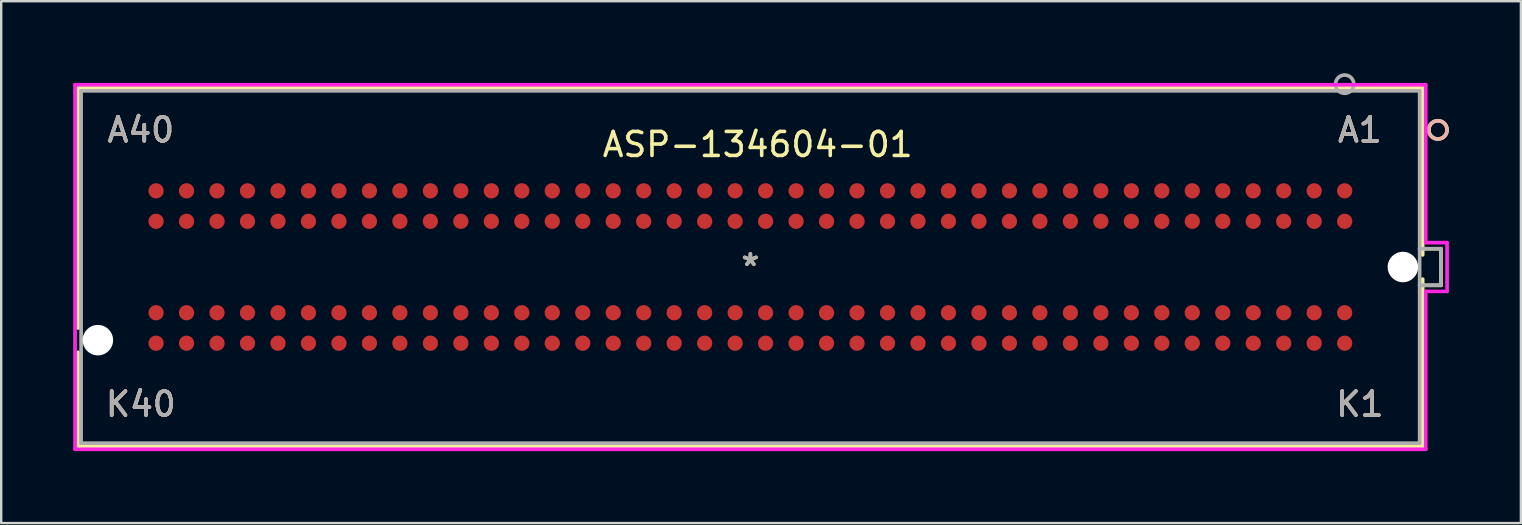
<source format=kicad_pcb>
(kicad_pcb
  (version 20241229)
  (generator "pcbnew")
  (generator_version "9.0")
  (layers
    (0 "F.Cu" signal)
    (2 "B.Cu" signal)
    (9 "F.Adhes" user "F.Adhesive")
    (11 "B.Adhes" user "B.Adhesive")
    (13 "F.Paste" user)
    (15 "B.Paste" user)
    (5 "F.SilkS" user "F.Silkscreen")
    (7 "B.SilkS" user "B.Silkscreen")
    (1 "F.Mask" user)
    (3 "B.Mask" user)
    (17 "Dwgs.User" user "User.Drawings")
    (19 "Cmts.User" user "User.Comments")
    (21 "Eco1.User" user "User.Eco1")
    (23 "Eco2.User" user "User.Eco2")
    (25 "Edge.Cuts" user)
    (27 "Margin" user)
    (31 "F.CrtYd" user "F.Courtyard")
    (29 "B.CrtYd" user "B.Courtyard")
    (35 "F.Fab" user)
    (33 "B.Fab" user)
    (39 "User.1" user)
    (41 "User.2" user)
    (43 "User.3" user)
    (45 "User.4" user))
  (footprint "ASP-134604-01"
    (layer "F.Cu")
    (at 28.219 8.077)
    (property "Reference" "ASP-134604-01" (at 0.305 -5.105 0) (layer "F.SilkS") (effects (font (size 1 1) (thickness 0.15))))
    (attr through_hole)
    (fp_line (start -28.016 -7.468) (end -28.016 2.543) (stroke (width 0.152) (type solid)) (layer "F.SilkS"))
    (fp_line (start -28.016 3.553) (end -28.016 7.468) (stroke (width 0.152) (type solid)) (layer "F.SilkS"))
    (fp_line (start -28.016 7.468) (end 28.016 7.468) (stroke (width 0.152) (type solid)) (layer "F.SilkS"))
    (fp_line (start 27.889 0.762) (end 28.778 0.762) (stroke (width 0.152) (type solid)) (layer "F.SilkS"))
    (fp_line (start 28.016 -7.468) (end -28.016 -7.468) (stroke (width 0.152) (type solid)) (layer "F.SilkS"))
    (fp_line (start 28.016 -0.505) (end 28.016 -7.468) (stroke (width 0.152) (type solid)) (layer "F.SilkS"))
    (fp_line (start 28.016 7.468) (end 28.016 0.505) (stroke (width 0.152) (type solid)) (layer "F.SilkS"))
    (fp_line (start 28.778 -0.762) (end 27.889 -0.762) (stroke (width 0.152) (type solid)) (layer "F.SilkS"))
    (fp_line (start 28.778 0.762) (end 28.778 -0.762) (stroke (width 0.152) (type solid)) (layer "F.SilkS"))
    (fp_circle (center 28.651 -5.715) (end 29.032 -5.715) (stroke (width 0.152) (type solid)) (fill no) (layer "F.SilkS"))
    (fp_circle (center 28.651 -5.715) (end 29.032 -5.715) (stroke (width 0.152) (type solid)) (fill no) (layer "B.SilkS"))
    (fp_line (start -28.143 -7.595) (end -28.143 7.595) (stroke (width 0.152) (type solid)) (layer "F.CrtYd"))
    (fp_line (start -28.143 7.595) (end 28.143 7.595) (stroke (width 0.152) (type solid)) (layer "F.CrtYd"))
    (fp_line (start 28.143 -7.595) (end -28.143 -7.595) (stroke (width 0.152) (type solid)) (layer "F.CrtYd"))
    (fp_line (start 28.143 -1.016) (end 28.143 -7.595) (stroke (width 0.152) (type solid)) (layer "F.CrtYd"))
    (fp_line (start 28.143 1.016) (end 29.032 1.016) (stroke (width 0.152) (type solid)) (layer "F.CrtYd"))
    (fp_line (start 28.143 7.595) (end 28.143 1.016) (stroke (width 0.152) (type solid)) (layer "F.CrtYd"))
    (fp_line (start 29.032 -1.016) (end 28.143 -1.016) (stroke (width 0.152) (type solid)) (layer "F.CrtYd"))
    (fp_line (start 29.032 1.016) (end 29.032 -1.016) (stroke (width 0.152) (type solid)) (layer "F.CrtYd"))
    (fp_line (start -27.889 -7.341) (end -27.889 7.341) (stroke (width 0.152) (type solid)) (layer "F.Fab"))
    (fp_line (start -27.889 7.341) (end 27.889 7.341) (stroke (width 0.152) (type solid)) (layer "F.Fab"))
    (fp_line (start 27.889 -7.341) (end -27.889 -7.341) (stroke (width 0.152) (type solid)) (layer "F.Fab"))
    (fp_line (start 27.889 0.762) (end 28.778 0.762) (stroke (width 0.152) (type solid)) (layer "F.Fab"))
    (fp_line (start 27.889 7.341) (end 27.889 -7.341) (stroke (width 0.152) (type solid)) (layer "F.Fab"))
    (fp_line (start 28.778 -0.762) (end 27.889 -0.762) (stroke (width 0.152) (type solid)) (layer "F.Fab"))
    (fp_line (start 28.778 0.762) (end 28.778 -0.762) (stroke (width 0.152) (type solid)) (layer "F.Fab"))
    (fp_circle (center 24.765 -7.62) (end 25.146 -7.62) (stroke (width 0.152) (type solid)) (fill no) (layer "F.Fab"))
    (fp_text user "K40" (at -25.4 5.715 0) (layer "F.SilkS") (effects (font (size 1 1) (thickness 0.15))))
    (fp_text user "K1" (at 25.4 5.715 0) (layer "F.SilkS") (effects (font (size 1 1) (thickness 0.15))))
    (fp_text user "*" (at 0 0 0) (layer "F.SilkS") (effects (font (size 1 1) (thickness 0.15))))
    (fp_text user "A40" (at -25.4 -5.715 0) (layer "F.SilkS") (effects (font (size 1 1) (thickness 0.15))))
    (fp_text user "A1" (at 25.4 -5.715 0) (layer "F.SilkS") (effects (font (size 1 1) (thickness 0.15))))
    (fp_text user "K1" (at 25.4 5.715 0) (layer "B.SilkS") (effects (font (size 1 1) (thickness 0.15))))
    (fp_text user "A1" (at 25.4 -5.715 0) (layer "B.SilkS") (effects (font (size 1 1) (thickness 0.15))))
    (fp_text user "K40" (at -25.4 5.715 0) (layer "B.SilkS") (effects (font (size 1 1) (thickness 0.15))))
    (fp_text user "A40" (at -25.4 -5.715 0) (layer "B.SilkS") (effects (font (size 1 1) (thickness 0.15))))
    (fp_text user "Copyright 2016 Accelerated Designs. All rights reserved." (at 0 0 0) (layer "Cmts.User") (effects (font (size 0.127 0.127) (thickness 0.002))))
    (fp_text user "A1" (at 25.4 -5.715 0) (layer "F.Fab") (effects (font (size 1 1) (thickness 0.15))))
    (fp_text user "K40" (at -25.4 5.715 0) (layer "F.Fab") (effects (font (size 1 1) (thickness 0.15))))
    (fp_text user "*" (at 0 0 0) (layer "F.Fab") (effects (font (size 1 1) (thickness 0.15))))
    (fp_text user "K1" (at 25.4 5.715 0) (layer "F.Fab") (effects (font (size 1 1) (thickness 0.15))))
    (fp_text user "A40" (at -25.4 -5.715 0) (layer "F.Fab") (effects (font (size 1 1) (thickness 0.15))))
    (pad "" np_thru_hole circle (at -27.191 3.048) (size 1.27 1.27) (drill 1.27) (layers "*.Cu" "*.Mask"))
    (pad "" np_thru_hole circle (at 27.191 0) (size 1.27 1.27) (drill 1.27) (layers "*.Cu" "*.Mask"))
    (pad "C1" smd circle (at 24.765 -3.175) (size 0.635 0.635) (layers "F.Cu" "F.Mask" "F.Paste"))
    (pad "C2" smd circle (at 23.495 -3.175) (size 0.635 0.635) (layers "F.Cu" "F.Mask" "F.Paste"))
    (pad "C3" smd circle (at 22.225 -3.175) (size 0.635 0.635) (layers "F.Cu" "F.Mask" "F.Paste"))
    (pad "C4" smd circle (at 20.955 -3.175) (size 0.635 0.635) (layers "F.Cu" "F.Mask" "F.Paste"))
    (pad "C5" smd circle (at 19.685 -3.175) (size 0.635 0.635) (layers "F.Cu" "F.Mask" "F.Paste"))
    (pad "C6" smd circle (at 18.415 -3.175) (size 0.635 0.635) (layers "F.Cu" "F.Mask" "F.Paste"))
    (pad "C7" smd circle (at 17.145 -3.175) (size 0.635 0.635) (layers "F.Cu" "F.Mask" "F.Paste"))
    (pad "C8" smd circle (at 15.875 -3.175) (size 0.635 0.635) (layers "F.Cu" "F.Mask" "F.Paste"))
    (pad "C9" smd circle (at 14.605 -3.175) (size 0.635 0.635) (layers "F.Cu" "F.Mask" "F.Paste"))
    (pad "C10" smd circle (at 13.335 -3.175) (size 0.635 0.635) (layers "F.Cu" "F.Mask" "F.Paste"))
    (pad "C11" smd circle (at 12.065 -3.175) (size 0.635 0.635) (layers "F.Cu" "F.Mask" "F.Paste"))
    (pad "C12" smd circle (at 10.795 -3.175) (size 0.635 0.635) (layers "F.Cu" "F.Mask" "F.Paste"))
    (pad "C13" smd circle (at 9.525 -3.175) (size 0.635 0.635) (layers "F.Cu" "F.Mask" "F.Paste"))
    (pad "C14" smd circle (at 8.255 -3.175) (size 0.635 0.635) (layers "F.Cu" "F.Mask" "F.Paste"))
    (pad "C15" smd circle (at 6.985 -3.175) (size 0.635 0.635) (layers "F.Cu" "F.Mask" "F.Paste"))
    (pad "C16" smd circle (at 5.715 -3.175) (size 0.635 0.635) (layers "F.Cu" "F.Mask" "F.Paste"))
    (pad "C17" smd circle (at 4.445 -3.175) (size 0.635 0.635) (layers "F.Cu" "F.Mask" "F.Paste"))
    (pad "C18" smd circle (at 3.175 -3.175) (size 0.635 0.635) (layers "F.Cu" "F.Mask" "F.Paste"))
    (pad "C19" smd circle (at 1.905 -3.175) (size 0.635 0.635) (layers "F.Cu" "F.Mask" "F.Paste"))
    (pad "C20" smd circle (at 0.635 -3.175) (size 0.635 0.635) (layers "F.Cu" "F.Mask" "F.Paste"))
    (pad "C21" smd circle (at -0.635 -3.175) (size 0.635 0.635) (layers "F.Cu" "F.Mask" "F.Paste"))
    (pad "C22" smd circle (at -1.905 -3.175) (size 0.635 0.635) (layers "F.Cu" "F.Mask" "F.Paste"))
    (pad "C23" smd circle (at -3.175 -3.175) (size 0.635 0.635) (layers "F.Cu" "F.Mask" "F.Paste"))
    (pad "C24" smd circle (at -4.445 -3.175) (size 0.635 0.635) (layers "F.Cu" "F.Mask" "F.Paste"))
    (pad "C25" smd circle (at -5.715 -3.175) (size 0.635 0.635) (layers "F.Cu" "F.Mask" "F.Paste"))
    (pad "C26" smd circle (at -6.985 -3.175) (size 0.635 0.635) (layers "F.Cu" "F.Mask" "F.Paste"))
    (pad "C27" smd circle (at -8.255 -3.175) (size 0.635 0.635) (layers "F.Cu" "F.Mask" "F.Paste"))
    (pad "C28" smd circle (at -9.525 -3.175) (size 0.635 0.635) (layers "F.Cu" "F.Mask" "F.Paste"))
    (pad "C29" smd circle (at -10.795 -3.175) (size 0.635 0.635) (layers "F.Cu" "F.Mask" "F.Paste"))
    (pad "C30" smd circle (at -12.065 -3.175) (size 0.635 0.635) (layers "F.Cu" "F.Mask" "F.Paste"))
    (pad "C31" smd circle (at -13.335 -3.175) (size 0.635 0.635) (layers "F.Cu" "F.Mask" "F.Paste"))
    (pad "C32" smd circle (at -14.605 -3.175) (size 0.635 0.635) (layers "F.Cu" "F.Mask" "F.Paste"))
    (pad "C33" smd circle (at -15.875 -3.175) (size 0.635 0.635) (layers "F.Cu" "F.Mask" "F.Paste"))
    (pad "C34" smd circle (at -17.145 -3.175) (size 0.635 0.635) (layers "F.Cu" "F.Mask" "F.Paste"))
    (pad "C35" smd circle (at -18.415 -3.175) (size 0.635 0.635) (layers "F.Cu" "F.Mask" "F.Paste"))
    (pad "C36" smd circle (at -19.685 -3.175) (size 0.635 0.635) (layers "F.Cu" "F.Mask" "F.Paste"))
    (pad "C37" smd circle (at -20.955 -3.175) (size 0.635 0.635) (layers "F.Cu" "F.Mask" "F.Paste"))
    (pad "C38" smd circle (at -22.225 -3.175) (size 0.635 0.635) (layers "F.Cu" "F.Mask" "F.Paste"))
    (pad "C39" smd circle (at -23.495 -3.175) (size 0.635 0.635) (layers "F.Cu" "F.Mask" "F.Paste"))
    (pad "C40" smd circle (at -24.765 -3.175) (size 0.635 0.635) (layers "F.Cu" "F.Mask" "F.Paste"))
    (pad "D1" smd circle (at 24.765 -1.905) (size 0.635 0.635) (layers "F.Cu" "F.Mask" "F.Paste"))
    (pad "D2" smd circle (at 23.495 -1.905) (size 0.635 0.635) (layers "F.Cu" "F.Mask" "F.Paste"))
    (pad "D3" smd circle (at 22.225 -1.905) (size 0.635 0.635) (layers "F.Cu" "F.Mask" "F.Paste"))
    (pad "D4" smd circle (at 20.955 -1.905) (size 0.635 0.635) (layers "F.Cu" "F.Mask" "F.Paste"))
    (pad "D5" smd circle (at 19.685 -1.905) (size 0.635 0.635) (layers "F.Cu" "F.Mask" "F.Paste"))
    (pad "D6" smd circle (at 18.415 -1.905) (size 0.635 0.635) (layers "F.Cu" "F.Mask" "F.Paste"))
    (pad "D7" smd circle (at 17.145 -1.905) (size 0.635 0.635) (layers "F.Cu" "F.Mask" "F.Paste"))
    (pad "D8" smd circle (at 15.875 -1.905) (size 0.635 0.635) (layers "F.Cu" "F.Mask" "F.Paste"))
    (pad "D9" smd circle (at 14.605 -1.905) (size 0.635 0.635) (layers "F.Cu" "F.Mask" "F.Paste"))
    (pad "D10" smd circle (at 13.335 -1.905) (size 0.635 0.635) (layers "F.Cu" "F.Mask" "F.Paste"))
    (pad "D11" smd circle (at 12.065 -1.905) (size 0.635 0.635) (layers "F.Cu" "F.Mask" "F.Paste"))
    (pad "D12" smd circle (at 10.795 -1.905) (size 0.635 0.635) (layers "F.Cu" "F.Mask" "F.Paste"))
    (pad "D13" smd circle (at 9.525 -1.905) (size 0.635 0.635) (layers "F.Cu" "F.Mask" "F.Paste"))
    (pad "D14" smd circle (at 8.255 -1.905) (size 0.635 0.635) (layers "F.Cu" "F.Mask" "F.Paste"))
    (pad "D15" smd circle (at 6.985 -1.905) (size 0.635 0.635) (layers "F.Cu" "F.Mask" "F.Paste"))
    (pad "D16" smd circle (at 5.715 -1.905) (size 0.635 0.635) (layers "F.Cu" "F.Mask" "F.Paste"))
    (pad "D17" smd circle (at 4.445 -1.905) (size 0.635 0.635) (layers "F.Cu" "F.Mask" "F.Paste"))
    (pad "D18" smd circle (at 3.175 -1.905) (size 0.635 0.635) (layers "F.Cu" "F.Mask" "F.Paste"))
    (pad "D19" smd circle (at 1.905 -1.905) (size 0.635 0.635) (layers "F.Cu" "F.Mask" "F.Paste"))
    (pad "D20" smd circle (at 0.635 -1.905) (size 0.635 0.635) (layers "F.Cu" "F.Mask" "F.Paste"))
    (pad "D21" smd circle (at -0.635 -1.905) (size 0.635 0.635) (layers "F.Cu" "F.Mask" "F.Paste"))
    (pad "D22" smd circle (at -1.905 -1.905) (size 0.635 0.635) (layers "F.Cu" "F.Mask" "F.Paste"))
    (pad "D23" smd circle (at -3.175 -1.905) (size 0.635 0.635) (layers "F.Cu" "F.Mask" "F.Paste"))
    (pad "D24" smd circle (at -4.445 -1.905) (size 0.635 0.635) (layers "F.Cu" "F.Mask" "F.Paste"))
    (pad "D25" smd circle (at -5.715 -1.905) (size 0.635 0.635) (layers "F.Cu" "F.Mask" "F.Paste"))
    (pad "D26" smd circle (at -6.985 -1.905) (size 0.635 0.635) (layers "F.Cu" "F.Mask" "F.Paste"))
    (pad "D27" smd circle (at -8.255 -1.905) (size 0.635 0.635) (layers "F.Cu" "F.Mask" "F.Paste"))
    (pad "D28" smd circle (at -9.525 -1.905) (size 0.635 0.635) (layers "F.Cu" "F.Mask" "F.Paste"))
    (pad "D29" smd circle (at -10.795 -1.905) (size 0.635 0.635) (layers "F.Cu" "F.Mask" "F.Paste"))
    (pad "D30" smd circle (at -12.065 -1.905) (size 0.635 0.635) (layers "F.Cu" "F.Mask" "F.Paste"))
    (pad "D31" smd circle (at -13.335 -1.905) (size 0.635 0.635) (layers "F.Cu" "F.Mask" "F.Paste"))
    (pad "D32" smd circle (at -14.605 -1.905) (size 0.635 0.635) (layers "F.Cu" "F.Mask" "F.Paste"))
    (pad "D33" smd circle (at -15.875 -1.905) (size 0.635 0.635) (layers "F.Cu" "F.Mask" "F.Paste"))
    (pad "D34" smd circle (at -17.145 -1.905) (size 0.635 0.635) (layers "F.Cu" "F.Mask" "F.Paste"))
    (pad "D35" smd circle (at -18.415 -1.905) (size 0.635 0.635) (layers "F.Cu" "F.Mask" "F.Paste"))
    (pad "D36" smd circle (at -19.685 -1.905) (size 0.635 0.635) (layers "F.Cu" "F.Mask" "F.Paste"))
    (pad "D37" smd circle (at -20.955 -1.905) (size 0.635 0.635) (layers "F.Cu" "F.Mask" "F.Paste"))
    (pad "D38" smd circle (at -22.225 -1.905) (size 0.635 0.635) (layers "F.Cu" "F.Mask" "F.Paste"))
    (pad "D39" smd circle (at -23.495 -1.905) (size 0.635 0.635) (layers "F.Cu" "F.Mask" "F.Paste"))
    (pad "D40" smd circle (at -24.765 -1.905) (size 0.635 0.635) (layers "F.Cu" "F.Mask" "F.Paste"))
    (pad "G1" smd circle (at 24.765 1.905) (size 0.635 0.635) (layers "F.Cu" "F.Mask" "F.Paste"))
    (pad "G2" smd circle (at 23.495 1.905) (size 0.635 0.635) (layers "F.Cu" "F.Mask" "F.Paste"))
    (pad "G3" smd circle (at 22.225 1.905) (size 0.635 0.635) (layers "F.Cu" "F.Mask" "F.Paste"))
    (pad "G4" smd circle (at 20.955 1.905) (size 0.635 0.635) (layers "F.Cu" "F.Mask" "F.Paste"))
    (pad "G5" smd circle (at 19.685 1.905) (size 0.635 0.635) (layers "F.Cu" "F.Mask" "F.Paste"))
    (pad "G6" smd circle (at 18.415 1.905) (size 0.635 0.635) (layers "F.Cu" "F.Mask" "F.Paste"))
    (pad "G7" smd circle (at 17.145 1.905) (size 0.635 0.635) (layers "F.Cu" "F.Mask" "F.Paste"))
    (pad "G8" smd circle (at 15.875 1.905) (size 0.635 0.635) (layers "F.Cu" "F.Mask" "F.Paste"))
    (pad "G9" smd circle (at 14.605 1.905) (size 0.635 0.635) (layers "F.Cu" "F.Mask" "F.Paste"))
    (pad "G10" smd circle (at 13.335 1.905) (size 0.635 0.635) (layers "F.Cu" "F.Mask" "F.Paste"))
    (pad "G11" smd circle (at 12.065 1.905) (size 0.635 0.635) (layers "F.Cu" "F.Mask" "F.Paste"))
    (pad "G12" smd circle (at 10.795 1.905) (size 0.635 0.635) (layers "F.Cu" "F.Mask" "F.Paste"))
    (pad "G13" smd circle (at 9.525 1.905) (size 0.635 0.635) (layers "F.Cu" "F.Mask" "F.Paste"))
    (pad "G14" smd circle (at 8.255 1.905) (size 0.635 0.635) (layers "F.Cu" "F.Mask" "F.Paste"))
    (pad "G15" smd circle (at 6.985 1.905) (size 0.635 0.635) (layers "F.Cu" "F.Mask" "F.Paste"))
    (pad "G16" smd circle (at 5.715 1.905) (size 0.635 0.635) (layers "F.Cu" "F.Mask" "F.Paste"))
    (pad "G17" smd circle (at 4.445 1.905) (size 0.635 0.635) (layers "F.Cu" "F.Mask" "F.Paste"))
    (pad "G18" smd circle (at 3.175 1.905) (size 0.635 0.635) (layers "F.Cu" "F.Mask" "F.Paste"))
    (pad "G19" smd circle (at 1.905 1.905) (size 0.635 0.635) (layers "F.Cu" "F.Mask" "F.Paste"))
    (pad "G20" smd circle (at 0.635 1.905) (size 0.635 0.635) (layers "F.Cu" "F.Mask" "F.Paste"))
    (pad "G21" smd circle (at -0.635 1.905) (size 0.635 0.635) (layers "F.Cu" "F.Mask" "F.Paste"))
    (pad "G22" smd circle (at -1.905 1.905) (size 0.635 0.635) (layers "F.Cu" "F.Mask" "F.Paste"))
    (pad "G23" smd circle (at -3.175 1.905) (size 0.635 0.635) (layers "F.Cu" "F.Mask" "F.Paste"))
    (pad "G24" smd circle (at -4.445 1.905) (size 0.635 0.635) (layers "F.Cu" "F.Mask" "F.Paste"))
    (pad "G25" smd circle (at -5.715 1.905) (size 0.635 0.635) (layers "F.Cu" "F.Mask" "F.Paste"))
    (pad "G26" smd circle (at -6.985 1.905) (size 0.635 0.635) (layers "F.Cu" "F.Mask" "F.Paste"))
    (pad "G27" smd circle (at -8.255 1.905) (size 0.635 0.635) (layers "F.Cu" "F.Mask" "F.Paste"))
    (pad "G28" smd circle (at -9.525 1.905) (size 0.635 0.635) (layers "F.Cu" "F.Mask" "F.Paste"))
    (pad "G29" smd circle (at -10.795 1.905) (size 0.635 0.635) (layers "F.Cu" "F.Mask" "F.Paste"))
    (pad "G30" smd circle (at -12.065 1.905) (size 0.635 0.635) (layers "F.Cu" "F.Mask" "F.Paste"))
    (pad "G31" smd circle (at -13.335 1.905) (size 0.635 0.635) (layers "F.Cu" "F.Mask" "F.Paste"))
    (pad "G32" smd circle (at -14.605 1.905) (size 0.635 0.635) (layers "F.Cu" "F.Mask" "F.Paste"))
    (pad "G33" smd circle (at -15.875 1.905) (size 0.635 0.635) (layers "F.Cu" "F.Mask" "F.Paste"))
    (pad "G34" smd circle (at -17.145 1.905) (size 0.635 0.635) (layers "F.Cu" "F.Mask" "F.Paste"))
    (pad "G35" smd circle (at -18.415 1.905) (size 0.635 0.635) (layers "F.Cu" "F.Mask" "F.Paste"))
    (pad "G36" smd circle (at -19.685 1.905) (size 0.635 0.635) (layers "F.Cu" "F.Mask" "F.Paste"))
    (pad "G37" smd circle (at -20.955 1.905) (size 0.635 0.635) (layers "F.Cu" "F.Mask" "F.Paste"))
    (pad "G38" smd circle (at -22.225 1.905) (size 0.635 0.635) (layers "F.Cu" "F.Mask" "F.Paste"))
    (pad "G39" smd circle (at -23.495 1.905) (size 0.635 0.635) (layers "F.Cu" "F.Mask" "F.Paste"))
    (pad "G40" smd circle (at -24.765 1.905) (size 0.635 0.635) (layers "F.Cu" "F.Mask" "F.Paste"))
    (pad "H1" smd circle (at 24.765 3.175) (size 0.635 0.635) (layers "F.Cu" "F.Mask" "F.Paste"))
    (pad "H2" smd circle (at 23.495 3.175) (size 0.635 0.635) (layers "F.Cu" "F.Mask" "F.Paste"))
    (pad "H3" smd circle (at 22.225 3.175) (size 0.635 0.635) (layers "F.Cu" "F.Mask" "F.Paste"))
    (pad "H4" smd circle (at 20.955 3.175) (size 0.635 0.635) (layers "F.Cu" "F.Mask" "F.Paste"))
    (pad "H5" smd circle (at 19.685 3.175) (size 0.635 0.635) (layers "F.Cu" "F.Mask" "F.Paste"))
    (pad "H6" smd circle (at 18.415 3.175) (size 0.635 0.635) (layers "F.Cu" "F.Mask" "F.Paste"))
    (pad "H7" smd circle (at 17.145 3.175) (size 0.635 0.635) (layers "F.Cu" "F.Mask" "F.Paste"))
    (pad "H8" smd circle (at 15.875 3.175) (size 0.635 0.635) (layers "F.Cu" "F.Mask" "F.Paste"))
    (pad "H9" smd circle (at 14.605 3.175) (size 0.635 0.635) (layers "F.Cu" "F.Mask" "F.Paste"))
    (pad "H10" smd circle (at 13.335 3.175) (size 0.635 0.635) (layers "F.Cu" "F.Mask" "F.Paste"))
    (pad "H11" smd circle (at 12.065 3.175) (size 0.635 0.635) (layers "F.Cu" "F.Mask" "F.Paste"))
    (pad "H12" smd circle (at 10.795 3.175) (size 0.635 0.635) (layers "F.Cu" "F.Mask" "F.Paste"))
    (pad "H13" smd circle (at 9.525 3.175) (size 0.635 0.635) (layers "F.Cu" "F.Mask" "F.Paste"))
    (pad "H14" smd circle (at 8.255 3.175) (size 0.635 0.635) (layers "F.Cu" "F.Mask" "F.Paste"))
    (pad "H15" smd circle (at 6.985 3.175) (size 0.635 0.635) (layers "F.Cu" "F.Mask" "F.Paste"))
    (pad "H16" smd circle (at 5.715 3.175) (size 0.635 0.635) (layers "F.Cu" "F.Mask" "F.Paste"))
    (pad "H17" smd circle (at 4.445 3.175) (size 0.635 0.635) (layers "F.Cu" "F.Mask" "F.Paste"))
    (pad "H18" smd circle (at 3.175 3.175) (size 0.635 0.635) (layers "F.Cu" "F.Mask" "F.Paste"))
    (pad "H19" smd circle (at 1.905 3.175) (size 0.635 0.635) (layers "F.Cu" "F.Mask" "F.Paste"))
    (pad "H20" smd circle (at 0.635 3.175) (size 0.635 0.635) (layers "F.Cu" "F.Mask" "F.Paste"))
    (pad "H21" smd circle (at -0.635 3.175) (size 0.635 0.635) (layers "F.Cu" "F.Mask" "F.Paste"))
    (pad "H22" smd circle (at -1.905 3.175) (size 0.635 0.635) (layers "F.Cu" "F.Mask" "F.Paste"))
    (pad "H23" smd circle (at -3.175 3.175) (size 0.635 0.635) (layers "F.Cu" "F.Mask" "F.Paste"))
    (pad "H24" smd circle (at -4.445 3.175) (size 0.635 0.635) (layers "F.Cu" "F.Mask" "F.Paste"))
    (pad "H25" smd circle (at -5.715 3.175) (size 0.635 0.635) (layers "F.Cu" "F.Mask" "F.Paste"))
    (pad "H26" smd circle (at -6.985 3.175) (size 0.635 0.635) (layers "F.Cu" "F.Mask" "F.Paste"))
    (pad "H27" smd circle (at -8.255 3.175) (size 0.635 0.635) (layers "F.Cu" "F.Mask" "F.Paste"))
    (pad "H28" smd circle (at -9.525 3.175) (size 0.635 0.635) (layers "F.Cu" "F.Mask" "F.Paste"))
    (pad "H29" smd circle (at -10.795 3.175) (size 0.635 0.635) (layers "F.Cu" "F.Mask" "F.Paste"))
    (pad "H30" smd circle (at -12.065 3.175) (size 0.635 0.635) (layers "F.Cu" "F.Mask" "F.Paste"))
    (pad "H31" smd circle (at -13.335 3.175) (size 0.635 0.635) (layers "F.Cu" "F.Mask" "F.Paste"))
    (pad "H32" smd circle (at -14.605 3.175) (size 0.635 0.635) (layers "F.Cu" "F.Mask" "F.Paste"))
    (pad "H33" smd circle (at -15.875 3.175) (size 0.635 0.635) (layers "F.Cu" "F.Mask" "F.Paste"))
    (pad "H34" smd circle (at -17.145 3.175) (size 0.635 0.635) (layers "F.Cu" "F.Mask" "F.Paste"))
    (pad "H35" smd circle (at -18.415 3.175) (size 0.635 0.635) (layers "F.Cu" "F.Mask" "F.Paste"))
    (pad "H36" smd circle (at -19.685 3.175) (size 0.635 0.635) (layers "F.Cu" "F.Mask" "F.Paste"))
    (pad "H37" smd circle (at -20.955 3.175) (size 0.635 0.635) (layers "F.Cu" "F.Mask" "F.Paste"))
    (pad "H38" smd circle (at -22.225 3.175) (size 0.635 0.635) (layers "F.Cu" "F.Mask" "F.Paste"))
    (pad "H39" smd circle (at -23.495 3.175) (size 0.635 0.635) (layers "F.Cu" "F.Mask" "F.Paste"))
    (pad "H40" smd circle (at -24.765 3.175) (size 0.635 0.635) (layers "F.Cu" "F.Mask" "F.Paste")))
  (gr_rect
    (start -3 -3)
    (end 60.328 18.748)
    (stroke (width 0.1) (type default))
    (fill no)
    (layer "Edge.Cuts")))
</source>
